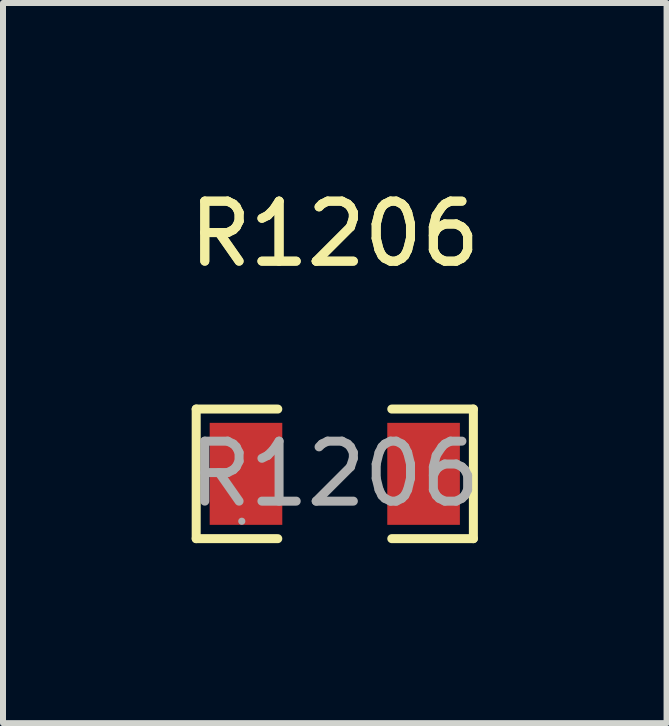
<source format=kicad_pcb>
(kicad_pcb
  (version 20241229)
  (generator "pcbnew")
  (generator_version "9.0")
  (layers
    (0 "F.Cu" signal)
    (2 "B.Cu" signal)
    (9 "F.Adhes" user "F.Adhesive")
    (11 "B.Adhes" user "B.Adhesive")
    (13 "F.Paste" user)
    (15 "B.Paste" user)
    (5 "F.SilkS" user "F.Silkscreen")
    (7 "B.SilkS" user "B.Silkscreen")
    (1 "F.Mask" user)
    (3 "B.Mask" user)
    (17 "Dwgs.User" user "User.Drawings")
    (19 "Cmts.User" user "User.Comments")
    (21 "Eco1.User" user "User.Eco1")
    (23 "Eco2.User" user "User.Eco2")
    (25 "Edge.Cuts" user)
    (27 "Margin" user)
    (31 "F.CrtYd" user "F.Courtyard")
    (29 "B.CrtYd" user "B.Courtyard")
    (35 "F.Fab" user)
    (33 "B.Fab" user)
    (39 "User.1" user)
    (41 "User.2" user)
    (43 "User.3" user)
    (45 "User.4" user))
  (footprint "R1206"
    (layer "F.Cu")
    (at 2.53 4.848)
    (property "Reference" "R1206" (at 0 -4 0) (layer "F.SilkS") (effects (font (size 1 1) (thickness 0.15))))
    (attr through_hole)
    (fp_line (start -2.31 -1.08) (end -0.95 -1.08) (stroke (width 0.15) (type solid)) (layer "F.SilkS"))
    (fp_line (start -2.31 1.08) (end -2.31 -1.08) (stroke (width 0.15) (type solid)) (layer "F.SilkS"))
    (fp_line (start -0.95 1.08) (end -2.31 1.08) (stroke (width 0.15) (type solid)) (layer "F.SilkS"))
    (fp_line (start 0.95 1.08) (end 2.31 1.08) (stroke (width 0.15) (type solid)) (layer "F.SilkS"))
    (fp_line (start 2.31 -1.08) (end 0.95 -1.08) (stroke (width 0.15) (type solid)) (layer "F.SilkS"))
    (fp_line (start 2.31 1.08) (end 2.31 -1.08) (stroke (width 0.15) (type solid)) (layer "F.SilkS"))
    (fp_circle (center -1.55 0.79) (end -1.52 0.79) (stroke (width 0.06) (type solid)) (fill no) (layer "F.Fab"))
    (fp_text user "${REFERENCE}" (at 0 -4 0) (layer "F.SilkS") (effects (font (size 1 1) (thickness 0.15))))
    (fp_text user "${REFERENCE}" (at 0 0 0) (layer "F.Fab") (effects (font (size 1 1) (thickness 0.15))))
    (pad "1" smd rect (at -1.48 0) (size 1.21 1.7) (layers "F.Cu" "F.Mask" "F.Paste"))
    (pad "2" smd rect (at 1.48 0) (size 1.21 1.7) (layers "F.Cu" "F.Mask" "F.Paste")))
  (gr_rect
    (start -3 -3)
    (end 8.06 9.003)
    (stroke (width 0.1) (type default))
    (fill no)
    (layer "Edge.Cuts")))
</source>
